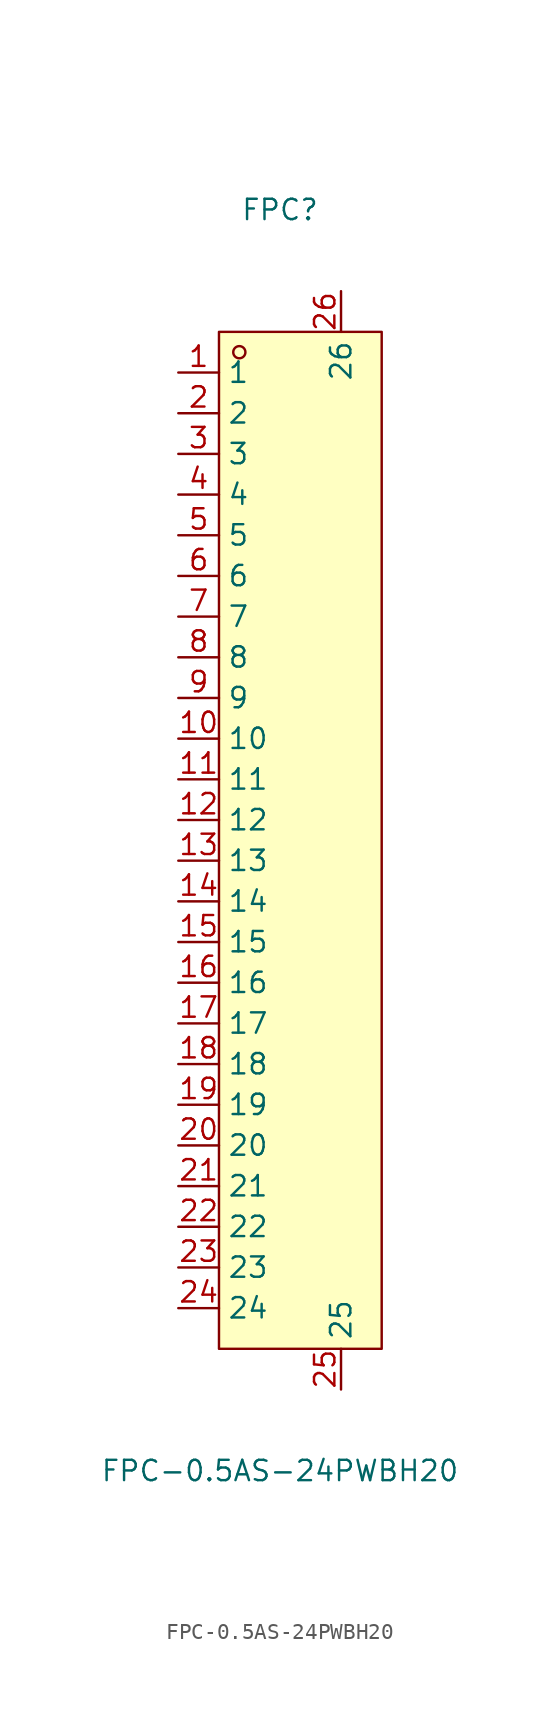
<source format=kicad_sym>
(kicad_symbol_lib
  (version 20211014)
  (generator https://github.com/uPesy/easyeda2kicad.py)
  (symbol "FPC-0.5AS-24PWBH20"
    (property "Reference" "FPC"
      (at 0 39.37 0)
      (effects (font (size 1.27 1.27))))
    (property "Value" "FPC-0.5AS-24PWBH20"
      (at 0 -39.37 0)
      (effects (font (size 1.27 1.27))))
    (symbol "FPC-0.5AS-24PWBH20_0_1"
      (rectangle (start -3.81 31.75) (end 6.35 -31.75) (stroke (width 0) (type default) (color 0 0 0 0)) (fill (type background)))
      (circle (center -2.54 30.48) (radius 0.38) (stroke (width 0) (type default) (color 0 0 0 0)) (fill (type none)))
      (pin unspecified line (at -6.35 29.21 0) (length 2.54) (name "1" (effects (font (size 1.27 1.27)))) (number "1" (effects (font (size 1.27 1.27)))))
      (pin unspecified line (at -6.35 26.67 0) (length 2.54) (name "2" (effects (font (size 1.27 1.27)))) (number "2" (effects (font (size 1.27 1.27)))))
      (pin unspecified line (at -6.35 24.13 0) (length 2.54) (name "3" (effects (font (size 1.27 1.27)))) (number "3" (effects (font (size 1.27 1.27)))))
      (pin unspecified line (at -6.35 21.59 0) (length 2.54) (name "4" (effects (font (size 1.27 1.27)))) (number "4" (effects (font (size 1.27 1.27)))))
      (pin unspecified line (at -6.35 19.05 0) (length 2.54) (name "5" (effects (font (size 1.27 1.27)))) (number "5" (effects (font (size 1.27 1.27)))))
      (pin unspecified line (at -6.35 16.51 0) (length 2.54) (name "6" (effects (font (size 1.27 1.27)))) (number "6" (effects (font (size 1.27 1.27)))))
      (pin unspecified line (at -6.35 13.97 0) (length 2.54) (name "7" (effects (font (size 1.27 1.27)))) (number "7" (effects (font (size 1.27 1.27)))))
      (pin unspecified line (at -6.35 11.43 0) (length 2.54) (name "8" (effects (font (size 1.27 1.27)))) (number "8" (effects (font (size 1.27 1.27)))))
      (pin unspecified line (at -6.35 8.89 0) (length 2.54) (name "9" (effects (font (size 1.27 1.27)))) (number "9" (effects (font (size 1.27 1.27)))))
      (pin unspecified line (at -6.35 6.35 0) (length 2.54) (name "10" (effects (font (size 1.27 1.27)))) (number "10" (effects (font (size 1.27 1.27)))))
      (pin unspecified line (at -6.35 3.81 0) (length 2.54) (name "11" (effects (font (size 1.27 1.27)))) (number "11" (effects (font (size 1.27 1.27)))))
      (pin unspecified line (at -6.35 1.27 0) (length 2.54) (name "12" (effects (font (size 1.27 1.27)))) (number "12" (effects (font (size 1.27 1.27)))))
      (pin unspecified line (at -6.35 -1.27 0) (length 2.54) (name "13" (effects (font (size 1.27 1.27)))) (number "13" (effects (font (size 1.27 1.27)))))
      (pin unspecified line (at -6.35 -3.81 0) (length 2.54) (name "14" (effects (font (size 1.27 1.27)))) (number "14" (effects (font (size 1.27 1.27)))))
      (pin unspecified line (at -6.35 -6.35 0) (length 2.54) (name "15" (effects (font (size 1.27 1.27)))) (number "15" (effects (font (size 1.27 1.27)))))
      (pin unspecified line (at -6.35 -8.89 0) (length 2.54) (name "16" (effects (font (size 1.27 1.27)))) (number "16" (effects (font (size 1.27 1.27)))))
      (pin unspecified line (at -6.35 -11.43 0) (length 2.54) (name "17" (effects (font (size 1.27 1.27)))) (number "17" (effects (font (size 1.27 1.27)))))
      (pin unspecified line (at -6.35 -13.97 0) (length 2.54) (name "18" (effects (font (size 1.27 1.27)))) (number "18" (effects (font (size 1.27 1.27)))))
      (pin unspecified line (at -6.35 -16.51 0) (length 2.54) (name "19" (effects (font (size 1.27 1.27)))) (number "19" (effects (font (size 1.27 1.27)))))
      (pin unspecified line (at -6.35 -19.05 0) (length 2.54) (name "20" (effects (font (size 1.27 1.27)))) (number "20" (effects (font (size 1.27 1.27)))))
      (pin unspecified line (at -6.35 -21.59 0) (length 2.54) (name "21" (effects (font (size 1.27 1.27)))) (number "21" (effects (font (size 1.27 1.27)))))
      (pin unspecified line (at -6.35 -24.13 0) (length 2.54) (name "22" (effects (font (size 1.27 1.27)))) (number "22" (effects (font (size 1.27 1.27)))))
      (pin unspecified line (at -6.35 -26.67 0) (length 2.54) (name "23" (effects (font (size 1.27 1.27)))) (number "23" (effects (font (size 1.27 1.27)))))
      (pin unspecified line (at -6.35 -29.21 0) (length 2.54) (name "24" (effects (font (size 1.27 1.27)))) (number "24" (effects (font (size 1.27 1.27)))))
      (pin unspecified line (at 3.81 -34.29 90) (length 2.54) (name "25" (effects (font (size 1.27 1.27)))) (number "25" (effects (font (size 1.27 1.27)))))
      (pin unspecified line (at 3.81 34.29 270) (length 2.54) (name "26" (effects (font (size 1.27 1.27)))) (number "26" (effects (font (size 1.27 1.27))))))))
</source>
